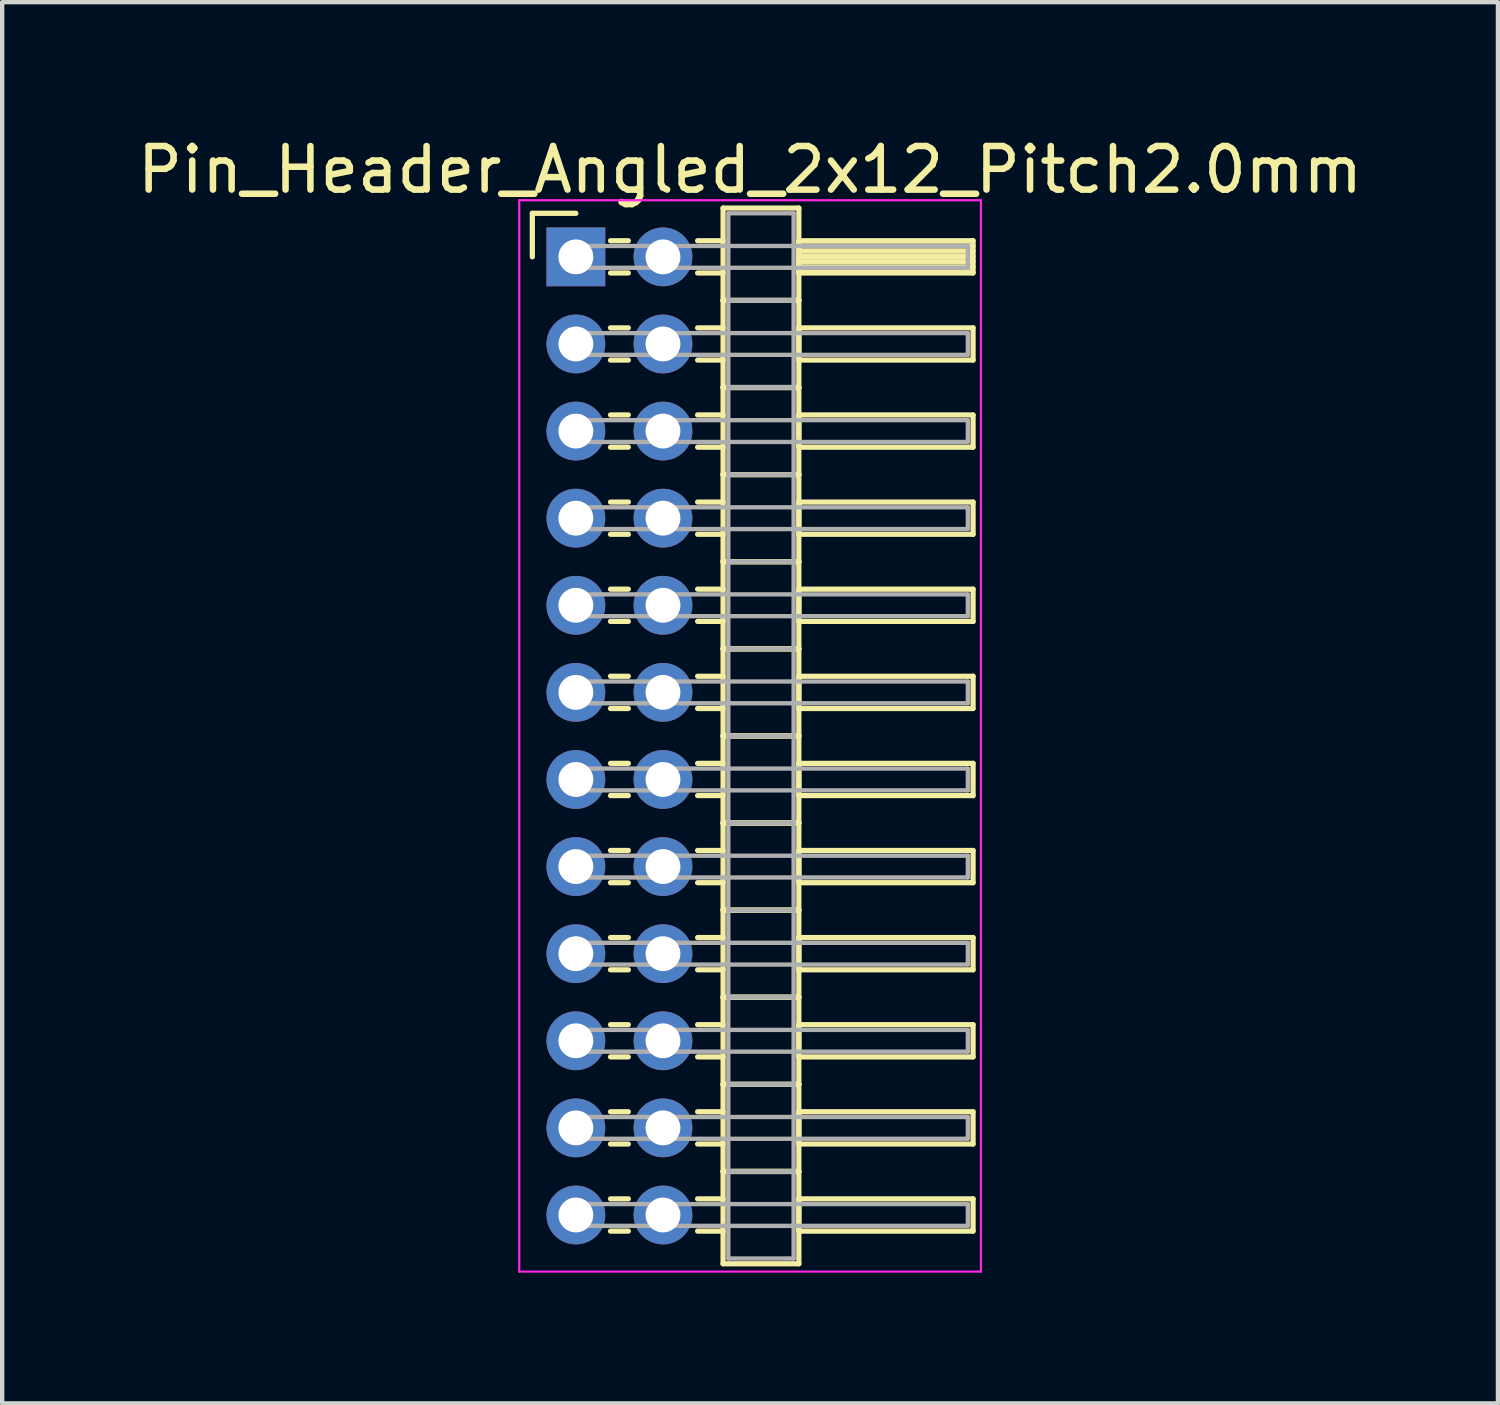
<source format=kicad_pcb>
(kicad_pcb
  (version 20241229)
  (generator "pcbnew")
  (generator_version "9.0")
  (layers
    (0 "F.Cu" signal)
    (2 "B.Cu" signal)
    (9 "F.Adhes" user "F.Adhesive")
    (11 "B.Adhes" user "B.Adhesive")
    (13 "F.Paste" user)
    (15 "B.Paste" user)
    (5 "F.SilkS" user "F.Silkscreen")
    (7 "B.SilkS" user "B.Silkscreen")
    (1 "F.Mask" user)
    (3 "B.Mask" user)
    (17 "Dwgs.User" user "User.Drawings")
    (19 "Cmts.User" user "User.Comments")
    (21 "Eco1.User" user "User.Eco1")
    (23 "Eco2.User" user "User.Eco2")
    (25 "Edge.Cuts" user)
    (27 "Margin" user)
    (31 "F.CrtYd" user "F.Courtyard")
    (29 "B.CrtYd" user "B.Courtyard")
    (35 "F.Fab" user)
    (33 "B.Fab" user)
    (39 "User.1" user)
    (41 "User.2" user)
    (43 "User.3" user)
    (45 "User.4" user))
  (footprint "Pin_Header_Angled_2x12_Pitch2.0mm"
    (layer "F.Cu")
    (at 10.173 2.848)
    (property "Reference" "Pin_Header_Angled_2x12_Pitch2.0mm" (at 4 -2 0) (layer "F.SilkS") (effects (font (size 1 1) (thickness 0.15))))
    (attr through_hole)
    (fp_line (start -1 -1) (end 0 -1) (stroke (width 0.12) (type solid)) (layer "F.SilkS"))
    (fp_line (start -1 0) (end -1 -1) (stroke (width 0.12) (type solid)) (layer "F.SilkS"))
    (fp_line (start 0.795 -0.37) (end 1.205 -0.37) (stroke (width 0.12) (type solid)) (layer "F.SilkS"))
    (fp_line (start 0.795 0.37) (end 1.205 0.37) (stroke (width 0.12) (type solid)) (layer "F.SilkS"))
    (fp_line (start 0.795 1.63) (end 1.205 1.63) (stroke (width 0.12) (type solid)) (layer "F.SilkS"))
    (fp_line (start 0.795 2.37) (end 1.205 2.37) (stroke (width 0.12) (type solid)) (layer "F.SilkS"))
    (fp_line (start 0.795 3.63) (end 1.205 3.63) (stroke (width 0.12) (type solid)) (layer "F.SilkS"))
    (fp_line (start 0.795 4.37) (end 1.205 4.37) (stroke (width 0.12) (type solid)) (layer "F.SilkS"))
    (fp_line (start 0.795 5.63) (end 1.205 5.63) (stroke (width 0.12) (type solid)) (layer "F.SilkS"))
    (fp_line (start 0.795 6.37) (end 1.205 6.37) (stroke (width 0.12) (type solid)) (layer "F.SilkS"))
    (fp_line (start 0.795 7.63) (end 1.205 7.63) (stroke (width 0.12) (type solid)) (layer "F.SilkS"))
    (fp_line (start 0.795 8.37) (end 1.205 8.37) (stroke (width 0.12) (type solid)) (layer "F.SilkS"))
    (fp_line (start 0.795 9.63) (end 1.205 9.63) (stroke (width 0.12) (type solid)) (layer "F.SilkS"))
    (fp_line (start 0.795 10.37) (end 1.205 10.37) (stroke (width 0.12) (type solid)) (layer "F.SilkS"))
    (fp_line (start 0.795 11.63) (end 1.205 11.63) (stroke (width 0.12) (type solid)) (layer "F.SilkS"))
    (fp_line (start 0.795 12.37) (end 1.205 12.37) (stroke (width 0.12) (type solid)) (layer "F.SilkS"))
    (fp_line (start 0.795 13.63) (end 1.205 13.63) (stroke (width 0.12) (type solid)) (layer "F.SilkS"))
    (fp_line (start 0.795 14.37) (end 1.205 14.37) (stroke (width 0.12) (type solid)) (layer "F.SilkS"))
    (fp_line (start 0.795 15.63) (end 1.205 15.63) (stroke (width 0.12) (type solid)) (layer "F.SilkS"))
    (fp_line (start 0.795 16.37) (end 1.205 16.37) (stroke (width 0.12) (type solid)) (layer "F.SilkS"))
    (fp_line (start 0.795 17.63) (end 1.205 17.63) (stroke (width 0.12) (type solid)) (layer "F.SilkS"))
    (fp_line (start 0.795 18.37) (end 1.205 18.37) (stroke (width 0.12) (type solid)) (layer "F.SilkS"))
    (fp_line (start 0.795 19.63) (end 1.205 19.63) (stroke (width 0.12) (type solid)) (layer "F.SilkS"))
    (fp_line (start 0.795 20.37) (end 1.205 20.37) (stroke (width 0.12) (type solid)) (layer "F.SilkS"))
    (fp_line (start 0.795 21.63) (end 1.205 21.63) (stroke (width 0.12) (type solid)) (layer "F.SilkS"))
    (fp_line (start 0.795 22.37) (end 1.205 22.37) (stroke (width 0.12) (type solid)) (layer "F.SilkS"))
    (fp_line (start 2.795 -0.37) (end 3.38 -0.37) (stroke (width 0.12) (type solid)) (layer "F.SilkS"))
    (fp_line (start 2.795 0.37) (end 3.38 0.37) (stroke (width 0.12) (type solid)) (layer "F.SilkS"))
    (fp_line (start 2.795 1.63) (end 3.38 1.63) (stroke (width 0.12) (type solid)) (layer "F.SilkS"))
    (fp_line (start 2.795 2.37) (end 3.38 2.37) (stroke (width 0.12) (type solid)) (layer "F.SilkS"))
    (fp_line (start 2.795 3.63) (end 3.38 3.63) (stroke (width 0.12) (type solid)) (layer "F.SilkS"))
    (fp_line (start 2.795 4.37) (end 3.38 4.37) (stroke (width 0.12) (type solid)) (layer "F.SilkS"))
    (fp_line (start 2.795 5.63) (end 3.38 5.63) (stroke (width 0.12) (type solid)) (layer "F.SilkS"))
    (fp_line (start 2.795 6.37) (end 3.38 6.37) (stroke (width 0.12) (type solid)) (layer "F.SilkS"))
    (fp_line (start 2.795 7.63) (end 3.38 7.63) (stroke (width 0.12) (type solid)) (layer "F.SilkS"))
    (fp_line (start 2.795 8.37) (end 3.38 8.37) (stroke (width 0.12) (type solid)) (layer "F.SilkS"))
    (fp_line (start 2.795 9.63) (end 3.38 9.63) (stroke (width 0.12) (type solid)) (layer "F.SilkS"))
    (fp_line (start 2.795 10.37) (end 3.38 10.37) (stroke (width 0.12) (type solid)) (layer "F.SilkS"))
    (fp_line (start 2.795 11.63) (end 3.38 11.63) (stroke (width 0.12) (type solid)) (layer "F.SilkS"))
    (fp_line (start 2.795 12.37) (end 3.38 12.37) (stroke (width 0.12) (type solid)) (layer "F.SilkS"))
    (fp_line (start 2.795 13.63) (end 3.38 13.63) (stroke (width 0.12) (type solid)) (layer "F.SilkS"))
    (fp_line (start 2.795 14.37) (end 3.38 14.37) (stroke (width 0.12) (type solid)) (layer "F.SilkS"))
    (fp_line (start 2.795 15.63) (end 3.38 15.63) (stroke (width 0.12) (type solid)) (layer "F.SilkS"))
    (fp_line (start 2.795 16.37) (end 3.38 16.37) (stroke (width 0.12) (type solid)) (layer "F.SilkS"))
    (fp_line (start 2.795 17.63) (end 3.38 17.63) (stroke (width 0.12) (type solid)) (layer "F.SilkS"))
    (fp_line (start 2.795 18.37) (end 3.38 18.37) (stroke (width 0.12) (type solid)) (layer "F.SilkS"))
    (fp_line (start 2.795 19.63) (end 3.38 19.63) (stroke (width 0.12) (type solid)) (layer "F.SilkS"))
    (fp_line (start 2.795 20.37) (end 3.38 20.37) (stroke (width 0.12) (type solid)) (layer "F.SilkS"))
    (fp_line (start 2.795 21.63) (end 3.38 21.63) (stroke (width 0.12) (type solid)) (layer "F.SilkS"))
    (fp_line (start 2.795 22.37) (end 3.38 22.37) (stroke (width 0.12) (type solid)) (layer "F.SilkS"))
    (fp_line (start 3.38 -1.12) (end 3.38 1) (stroke (width 0.12) (type solid)) (layer "F.SilkS"))
    (fp_line (start 3.38 1) (end 3.38 3) (stroke (width 0.12) (type solid)) (layer "F.SilkS"))
    (fp_line (start 3.38 1) (end 5.12 1) (stroke (width 0.12) (type solid)) (layer "F.SilkS"))
    (fp_line (start 3.38 3) (end 3.38 5) (stroke (width 0.12) (type solid)) (layer "F.SilkS"))
    (fp_line (start 3.38 3) (end 5.12 3) (stroke (width 0.12) (type solid)) (layer "F.SilkS"))
    (fp_line (start 3.38 5) (end 3.38 7) (stroke (width 0.12) (type solid)) (layer "F.SilkS"))
    (fp_line (start 3.38 5) (end 5.12 5) (stroke (width 0.12) (type solid)) (layer "F.SilkS"))
    (fp_line (start 3.38 7) (end 3.38 9) (stroke (width 0.12) (type solid)) (layer "F.SilkS"))
    (fp_line (start 3.38 7) (end 5.12 7) (stroke (width 0.12) (type solid)) (layer "F.SilkS"))
    (fp_line (start 3.38 9) (end 3.38 11) (stroke (width 0.12) (type solid)) (layer "F.SilkS"))
    (fp_line (start 3.38 9) (end 5.12 9) (stroke (width 0.12) (type solid)) (layer "F.SilkS"))
    (fp_line (start 3.38 11) (end 3.38 13) (stroke (width 0.12) (type solid)) (layer "F.SilkS"))
    (fp_line (start 3.38 11) (end 5.12 11) (stroke (width 0.12) (type solid)) (layer "F.SilkS"))
    (fp_line (start 3.38 13) (end 3.38 15) (stroke (width 0.12) (type solid)) (layer "F.SilkS"))
    (fp_line (start 3.38 13) (end 5.12 13) (stroke (width 0.12) (type solid)) (layer "F.SilkS"))
    (fp_line (start 3.38 15) (end 3.38 17) (stroke (width 0.12) (type solid)) (layer "F.SilkS"))
    (fp_line (start 3.38 15) (end 5.12 15) (stroke (width 0.12) (type solid)) (layer "F.SilkS"))
    (fp_line (start 3.38 17) (end 3.38 19) (stroke (width 0.12) (type solid)) (layer "F.SilkS"))
    (fp_line (start 3.38 17) (end 5.12 17) (stroke (width 0.12) (type solid)) (layer "F.SilkS"))
    (fp_line (start 3.38 19) (end 3.38 21) (stroke (width 0.12) (type solid)) (layer "F.SilkS"))
    (fp_line (start 3.38 19) (end 5.12 19) (stroke (width 0.12) (type solid)) (layer "F.SilkS"))
    (fp_line (start 3.38 21) (end 3.38 23.12) (stroke (width 0.12) (type solid)) (layer "F.SilkS"))
    (fp_line (start 3.38 21) (end 5.12 21) (stroke (width 0.12) (type solid)) (layer "F.SilkS"))
    (fp_line (start 3.38 23.12) (end 5.12 23.12) (stroke (width 0.12) (type solid)) (layer "F.SilkS"))
    (fp_line (start 5.12 -1.12) (end 3.38 -1.12) (stroke (width 0.12) (type solid)) (layer "F.SilkS"))
    (fp_line (start 5.12 -0.37) (end 5.12 0.37) (stroke (width 0.12) (type solid)) (layer "F.SilkS"))
    (fp_line (start 5.12 -0.25) (end 9.12 -0.25) (stroke (width 0.12) (type solid)) (layer "F.SilkS"))
    (fp_line (start 5.12 -0.13) (end 9.12 -0.13) (stroke (width 0.12) (type solid)) (layer "F.SilkS"))
    (fp_line (start 5.12 -0.01) (end 9.12 -0.01) (stroke (width 0.12) (type solid)) (layer "F.SilkS"))
    (fp_line (start 5.12 0.11) (end 9.12 0.11) (stroke (width 0.12) (type solid)) (layer "F.SilkS"))
    (fp_line (start 5.12 0.23) (end 9.12 0.23) (stroke (width 0.12) (type solid)) (layer "F.SilkS"))
    (fp_line (start 5.12 0.35) (end 9.12 0.35) (stroke (width 0.12) (type solid)) (layer "F.SilkS"))
    (fp_line (start 5.12 0.37) (end 9.12 0.37) (stroke (width 0.12) (type solid)) (layer "F.SilkS"))
    (fp_line (start 5.12 1) (end 3.38 1) (stroke (width 0.12) (type solid)) (layer "F.SilkS"))
    (fp_line (start 5.12 1) (end 5.12 -1.12) (stroke (width 0.12) (type solid)) (layer "F.SilkS"))
    (fp_line (start 5.12 1.63) (end 5.12 2.37) (stroke (width 0.12) (type solid)) (layer "F.SilkS"))
    (fp_line (start 5.12 2.37) (end 9.12 2.37) (stroke (width 0.12) (type solid)) (layer "F.SilkS"))
    (fp_line (start 5.12 3) (end 3.38 3) (stroke (width 0.12) (type solid)) (layer "F.SilkS"))
    (fp_line (start 5.12 3) (end 5.12 1) (stroke (width 0.12) (type solid)) (layer "F.SilkS"))
    (fp_line (start 5.12 3.63) (end 5.12 4.37) (stroke (width 0.12) (type solid)) (layer "F.SilkS"))
    (fp_line (start 5.12 4.37) (end 9.12 4.37) (stroke (width 0.12) (type solid)) (layer "F.SilkS"))
    (fp_line (start 5.12 5) (end 3.38 5) (stroke (width 0.12) (type solid)) (layer "F.SilkS"))
    (fp_line (start 5.12 5) (end 5.12 3) (stroke (width 0.12) (type solid)) (layer "F.SilkS"))
    (fp_line (start 5.12 5.63) (end 5.12 6.37) (stroke (width 0.12) (type solid)) (layer "F.SilkS"))
    (fp_line (start 5.12 6.37) (end 9.12 6.37) (stroke (width 0.12) (type solid)) (layer "F.SilkS"))
    (fp_line (start 5.12 7) (end 3.38 7) (stroke (width 0.12) (type solid)) (layer "F.SilkS"))
    (fp_line (start 5.12 7) (end 5.12 5) (stroke (width 0.12) (type solid)) (layer "F.SilkS"))
    (fp_line (start 5.12 7.63) (end 5.12 8.37) (stroke (width 0.12) (type solid)) (layer "F.SilkS"))
    (fp_line (start 5.12 8.37) (end 9.12 8.37) (stroke (width 0.12) (type solid)) (layer "F.SilkS"))
    (fp_line (start 5.12 9) (end 3.38 9) (stroke (width 0.12) (type solid)) (layer "F.SilkS"))
    (fp_line (start 5.12 9) (end 5.12 7) (stroke (width 0.12) (type solid)) (layer "F.SilkS"))
    (fp_line (start 5.12 9.63) (end 5.12 10.37) (stroke (width 0.12) (type solid)) (layer "F.SilkS"))
    (fp_line (start 5.12 10.37) (end 9.12 10.37) (stroke (width 0.12) (type solid)) (layer "F.SilkS"))
    (fp_line (start 5.12 11) (end 3.38 11) (stroke (width 0.12) (type solid)) (layer "F.SilkS"))
    (fp_line (start 5.12 11) (end 5.12 9) (stroke (width 0.12) (type solid)) (layer "F.SilkS"))
    (fp_line (start 5.12 11.63) (end 5.12 12.37) (stroke (width 0.12) (type solid)) (layer "F.SilkS"))
    (fp_line (start 5.12 12.37) (end 9.12 12.37) (stroke (width 0.12) (type solid)) (layer "F.SilkS"))
    (fp_line (start 5.12 13) (end 3.38 13) (stroke (width 0.12) (type solid)) (layer "F.SilkS"))
    (fp_line (start 5.12 13) (end 5.12 11) (stroke (width 0.12) (type solid)) (layer "F.SilkS"))
    (fp_line (start 5.12 13.63) (end 5.12 14.37) (stroke (width 0.12) (type solid)) (layer "F.SilkS"))
    (fp_line (start 5.12 14.37) (end 9.12 14.37) (stroke (width 0.12) (type solid)) (layer "F.SilkS"))
    (fp_line (start 5.12 15) (end 3.38 15) (stroke (width 0.12) (type solid)) (layer "F.SilkS"))
    (fp_line (start 5.12 15) (end 5.12 13) (stroke (width 0.12) (type solid)) (layer "F.SilkS"))
    (fp_line (start 5.12 15.63) (end 5.12 16.37) (stroke (width 0.12) (type solid)) (layer "F.SilkS"))
    (fp_line (start 5.12 16.37) (end 9.12 16.37) (stroke (width 0.12) (type solid)) (layer "F.SilkS"))
    (fp_line (start 5.12 17) (end 3.38 17) (stroke (width 0.12) (type solid)) (layer "F.SilkS"))
    (fp_line (start 5.12 17) (end 5.12 15) (stroke (width 0.12) (type solid)) (layer "F.SilkS"))
    (fp_line (start 5.12 17.63) (end 5.12 18.37) (stroke (width 0.12) (type solid)) (layer "F.SilkS"))
    (fp_line (start 5.12 18.37) (end 9.12 18.37) (stroke (width 0.12) (type solid)) (layer "F.SilkS"))
    (fp_line (start 5.12 19) (end 3.38 19) (stroke (width 0.12) (type solid)) (layer "F.SilkS"))
    (fp_line (start 5.12 19) (end 5.12 17) (stroke (width 0.12) (type solid)) (layer "F.SilkS"))
    (fp_line (start 5.12 19.63) (end 5.12 20.37) (stroke (width 0.12) (type solid)) (layer "F.SilkS"))
    (fp_line (start 5.12 20.37) (end 9.12 20.37) (stroke (width 0.12) (type solid)) (layer "F.SilkS"))
    (fp_line (start 5.12 21) (end 3.38 21) (stroke (width 0.12) (type solid)) (layer "F.SilkS"))
    (fp_line (start 5.12 21) (end 5.12 19) (stroke (width 0.12) (type solid)) (layer "F.SilkS"))
    (fp_line (start 5.12 21.63) (end 5.12 22.37) (stroke (width 0.12) (type solid)) (layer "F.SilkS"))
    (fp_line (start 5.12 22.37) (end 9.12 22.37) (stroke (width 0.12) (type solid)) (layer "F.SilkS"))
    (fp_line (start 5.12 23.12) (end 5.12 21) (stroke (width 0.12) (type solid)) (layer "F.SilkS"))
    (fp_line (start 9.12 -0.37) (end 5.12 -0.37) (stroke (width 0.12) (type solid)) (layer "F.SilkS"))
    (fp_line (start 9.12 0.37) (end 9.12 -0.37) (stroke (width 0.12) (type solid)) (layer "F.SilkS"))
    (fp_line (start 9.12 1.63) (end 5.12 1.63) (stroke (width 0.12) (type solid)) (layer "F.SilkS"))
    (fp_line (start 9.12 2.37) (end 9.12 1.63) (stroke (width 0.12) (type solid)) (layer "F.SilkS"))
    (fp_line (start 9.12 3.63) (end 5.12 3.63) (stroke (width 0.12) (type solid)) (layer "F.SilkS"))
    (fp_line (start 9.12 4.37) (end 9.12 3.63) (stroke (width 0.12) (type solid)) (layer "F.SilkS"))
    (fp_line (start 9.12 5.63) (end 5.12 5.63) (stroke (width 0.12) (type solid)) (layer "F.SilkS"))
    (fp_line (start 9.12 6.37) (end 9.12 5.63) (stroke (width 0.12) (type solid)) (layer "F.SilkS"))
    (fp_line (start 9.12 7.63) (end 5.12 7.63) (stroke (width 0.12) (type solid)) (layer "F.SilkS"))
    (fp_line (start 9.12 8.37) (end 9.12 7.63) (stroke (width 0.12) (type solid)) (layer "F.SilkS"))
    (fp_line (start 9.12 9.63) (end 5.12 9.63) (stroke (width 0.12) (type solid)) (layer "F.SilkS"))
    (fp_line (start 9.12 10.37) (end 9.12 9.63) (stroke (width 0.12) (type solid)) (layer "F.SilkS"))
    (fp_line (start 9.12 11.63) (end 5.12 11.63) (stroke (width 0.12) (type solid)) (layer "F.SilkS"))
    (fp_line (start 9.12 12.37) (end 9.12 11.63) (stroke (width 0.12) (type solid)) (layer "F.SilkS"))
    (fp_line (start 9.12 13.63) (end 5.12 13.63) (stroke (width 0.12) (type solid)) (layer "F.SilkS"))
    (fp_line (start 9.12 14.37) (end 9.12 13.63) (stroke (width 0.12) (type solid)) (layer "F.SilkS"))
    (fp_line (start 9.12 15.63) (end 5.12 15.63) (stroke (width 0.12) (type solid)) (layer "F.SilkS"))
    (fp_line (start 9.12 16.37) (end 9.12 15.63) (stroke (width 0.12) (type solid)) (layer "F.SilkS"))
    (fp_line (start 9.12 17.63) (end 5.12 17.63) (stroke (width 0.12) (type solid)) (layer "F.SilkS"))
    (fp_line (start 9.12 18.37) (end 9.12 17.63) (stroke (width 0.12) (type solid)) (layer "F.SilkS"))
    (fp_line (start 9.12 19.63) (end 5.12 19.63) (stroke (width 0.12) (type solid)) (layer "F.SilkS"))
    (fp_line (start 9.12 20.37) (end 9.12 19.63) (stroke (width 0.12) (type solid)) (layer "F.SilkS"))
    (fp_line (start 9.12 21.63) (end 5.12 21.63) (stroke (width 0.12) (type solid)) (layer "F.SilkS"))
    (fp_line (start 9.12 22.37) (end 9.12 21.63) (stroke (width 0.12) (type solid)) (layer "F.SilkS"))
    (fp_line (start -1.3 -1.3) (end -1.3 23.3) (stroke (width 0.05) (type solid)) (layer "F.CrtYd"))
    (fp_line (start -1.3 23.3) (end 9.3 23.3) (stroke (width 0.05) (type solid)) (layer "F.CrtYd"))
    (fp_line (start 9.3 -1.3) (end -1.3 -1.3) (stroke (width 0.05) (type solid)) (layer "F.CrtYd"))
    (fp_line (start 9.3 23.3) (end 9.3 -1.3) (stroke (width 0.05) (type solid)) (layer "F.CrtYd"))
    (fp_line (start 0 -0.25) (end 0 0.25) (stroke (width 0.1) (type solid)) (layer "F.Fab"))
    (fp_line (start 0 0.25) (end 9 0.25) (stroke (width 0.1) (type solid)) (layer "F.Fab"))
    (fp_line (start 0 1.75) (end 0 2.25) (stroke (width 0.1) (type solid)) (layer "F.Fab"))
    (fp_line (start 0 2.25) (end 9 2.25) (stroke (width 0.1) (type solid)) (layer "F.Fab"))
    (fp_line (start 0 3.75) (end 0 4.25) (stroke (width 0.1) (type solid)) (layer "F.Fab"))
    (fp_line (start 0 4.25) (end 9 4.25) (stroke (width 0.1) (type solid)) (layer "F.Fab"))
    (fp_line (start 0 5.75) (end 0 6.25) (stroke (width 0.1) (type solid)) (layer "F.Fab"))
    (fp_line (start 0 6.25) (end 9 6.25) (stroke (width 0.1) (type solid)) (layer "F.Fab"))
    (fp_line (start 0 7.75) (end 0 8.25) (stroke (width 0.1) (type solid)) (layer "F.Fab"))
    (fp_line (start 0 8.25) (end 9 8.25) (stroke (width 0.1) (type solid)) (layer "F.Fab"))
    (fp_line (start 0 9.75) (end 0 10.25) (stroke (width 0.1) (type solid)) (layer "F.Fab"))
    (fp_line (start 0 10.25) (end 9 10.25) (stroke (width 0.1) (type solid)) (layer "F.Fab"))
    (fp_line (start 0 11.75) (end 0 12.25) (stroke (width 0.1) (type solid)) (layer "F.Fab"))
    (fp_line (start 0 12.25) (end 9 12.25) (stroke (width 0.1) (type solid)) (layer "F.Fab"))
    (fp_line (start 0 13.75) (end 0 14.25) (stroke (width 0.1) (type solid)) (layer "F.Fab"))
    (fp_line (start 0 14.25) (end 9 14.25) (stroke (width 0.1) (type solid)) (layer "F.Fab"))
    (fp_line (start 0 15.75) (end 0 16.25) (stroke (width 0.1) (type solid)) (layer "F.Fab"))
    (fp_line (start 0 16.25) (end 9 16.25) (stroke (width 0.1) (type solid)) (layer "F.Fab"))
    (fp_line (start 0 17.75) (end 0 18.25) (stroke (width 0.1) (type solid)) (layer "F.Fab"))
    (fp_line (start 0 18.25) (end 9 18.25) (stroke (width 0.1) (type solid)) (layer "F.Fab"))
    (fp_line (start 0 19.75) (end 0 20.25) (stroke (width 0.1) (type solid)) (layer "F.Fab"))
    (fp_line (start 0 20.25) (end 9 20.25) (stroke (width 0.1) (type solid)) (layer "F.Fab"))
    (fp_line (start 0 21.75) (end 0 22.25) (stroke (width 0.1) (type solid)) (layer "F.Fab"))
    (fp_line (start 0 22.25) (end 9 22.25) (stroke (width 0.1) (type solid)) (layer "F.Fab"))
    (fp_line (start 3.5 -1) (end 3.5 1) (stroke (width 0.1) (type solid)) (layer "F.Fab"))
    (fp_line (start 3.5 1) (end 3.5 3) (stroke (width 0.1) (type solid)) (layer "F.Fab"))
    (fp_line (start 3.5 1) (end 5 1) (stroke (width 0.1) (type solid)) (layer "F.Fab"))
    (fp_line (start 3.5 3) (end 3.5 5) (stroke (width 0.1) (type solid)) (layer "F.Fab"))
    (fp_line (start 3.5 3) (end 5 3) (stroke (width 0.1) (type solid)) (layer "F.Fab"))
    (fp_line (start 3.5 5) (end 3.5 7) (stroke (width 0.1) (type solid)) (layer "F.Fab"))
    (fp_line (start 3.5 5) (end 5 5) (stroke (width 0.1) (type solid)) (layer "F.Fab"))
    (fp_line (start 3.5 7) (end 3.5 9) (stroke (width 0.1) (type solid)) (layer "F.Fab"))
    (fp_line (start 3.5 7) (end 5 7) (stroke (width 0.1) (type solid)) (layer "F.Fab"))
    (fp_line (start 3.5 9) (end 3.5 11) (stroke (width 0.1) (type solid)) (layer "F.Fab"))
    (fp_line (start 3.5 9) (end 5 9) (stroke (width 0.1) (type solid)) (layer "F.Fab"))
    (fp_line (start 3.5 11) (end 3.5 13) (stroke (width 0.1) (type solid)) (layer "F.Fab"))
    (fp_line (start 3.5 11) (end 5 11) (stroke (width 0.1) (type solid)) (layer "F.Fab"))
    (fp_line (start 3.5 13) (end 3.5 15) (stroke (width 0.1) (type solid)) (layer "F.Fab"))
    (fp_line (start 3.5 13) (end 5 13) (stroke (width 0.1) (type solid)) (layer "F.Fab"))
    (fp_line (start 3.5 15) (end 3.5 17) (stroke (width 0.1) (type solid)) (layer "F.Fab"))
    (fp_line (start 3.5 15) (end 5 15) (stroke (width 0.1) (type solid)) (layer "F.Fab"))
    (fp_line (start 3.5 17) (end 3.5 19) (stroke (width 0.1) (type solid)) (layer "F.Fab"))
    (fp_line (start 3.5 17) (end 5 17) (stroke (width 0.1) (type solid)) (layer "F.Fab"))
    (fp_line (start 3.5 19) (end 3.5 21) (stroke (width 0.1) (type solid)) (layer "F.Fab"))
    (fp_line (start 3.5 19) (end 5 19) (stroke (width 0.1) (type solid)) (layer "F.Fab"))
    (fp_line (start 3.5 21) (end 3.5 23) (stroke (width 0.1) (type solid)) (layer "F.Fab"))
    (fp_line (start 3.5 21) (end 5 21) (stroke (width 0.1) (type solid)) (layer "F.Fab"))
    (fp_line (start 3.5 23) (end 5 23) (stroke (width 0.1) (type solid)) (layer "F.Fab"))
    (fp_line (start 5 -1) (end 3.5 -1) (stroke (width 0.1) (type solid)) (layer "F.Fab"))
    (fp_line (start 5 1) (end 3.5 1) (stroke (width 0.1) (type solid)) (layer "F.Fab"))
    (fp_line (start 5 1) (end 5 -1) (stroke (width 0.1) (type solid)) (layer "F.Fab"))
    (fp_line (start 5 3) (end 3.5 3) (stroke (width 0.1) (type solid)) (layer "F.Fab"))
    (fp_line (start 5 3) (end 5 1) (stroke (width 0.1) (type solid)) (layer "F.Fab"))
    (fp_line (start 5 5) (end 3.5 5) (stroke (width 0.1) (type solid)) (layer "F.Fab"))
    (fp_line (start 5 5) (end 5 3) (stroke (width 0.1) (type solid)) (layer "F.Fab"))
    (fp_line (start 5 7) (end 3.5 7) (stroke (width 0.1) (type solid)) (layer "F.Fab"))
    (fp_line (start 5 7) (end 5 5) (stroke (width 0.1) (type solid)) (layer "F.Fab"))
    (fp_line (start 5 9) (end 3.5 9) (stroke (width 0.1) (type solid)) (layer "F.Fab"))
    (fp_line (start 5 9) (end 5 7) (stroke (width 0.1) (type solid)) (layer "F.Fab"))
    (fp_line (start 5 11) (end 3.5 11) (stroke (width 0.1) (type solid)) (layer "F.Fab"))
    (fp_line (start 5 11) (end 5 9) (stroke (width 0.1) (type solid)) (layer "F.Fab"))
    (fp_line (start 5 13) (end 3.5 13) (stroke (width 0.1) (type solid)) (layer "F.Fab"))
    (fp_line (start 5 13) (end 5 11) (stroke (width 0.1) (type solid)) (layer "F.Fab"))
    (fp_line (start 5 15) (end 3.5 15) (stroke (width 0.1) (type solid)) (layer "F.Fab"))
    (fp_line (start 5 15) (end 5 13) (stroke (width 0.1) (type solid)) (layer "F.Fab"))
    (fp_line (start 5 17) (end 3.5 17) (stroke (width 0.1) (type solid)) (layer "F.Fab"))
    (fp_line (start 5 17) (end 5 15) (stroke (width 0.1) (type solid)) (layer "F.Fab"))
    (fp_line (start 5 19) (end 3.5 19) (stroke (width 0.1) (type solid)) (layer "F.Fab"))
    (fp_line (start 5 19) (end 5 17) (stroke (width 0.1) (type solid)) (layer "F.Fab"))
    (fp_line (start 5 21) (end 3.5 21) (stroke (width 0.1) (type solid)) (layer "F.Fab"))
    (fp_line (start 5 21) (end 5 19) (stroke (width 0.1) (type solid)) (layer "F.Fab"))
    (fp_line (start 5 23) (end 5 21) (stroke (width 0.1) (type solid)) (layer "F.Fab"))
    (fp_line (start 9 -0.25) (end 0 -0.25) (stroke (width 0.1) (type solid)) (layer "F.Fab"))
    (fp_line (start 9 0.25) (end 9 -0.25) (stroke (width 0.1) (type solid)) (layer "F.Fab"))
    (fp_line (start 9 1.75) (end 0 1.75) (stroke (width 0.1) (type solid)) (layer "F.Fab"))
    (fp_line (start 9 2.25) (end 9 1.75) (stroke (width 0.1) (type solid)) (layer "F.Fab"))
    (fp_line (start 9 3.75) (end 0 3.75) (stroke (width 0.1) (type solid)) (layer "F.Fab"))
    (fp_line (start 9 4.25) (end 9 3.75) (stroke (width 0.1) (type solid)) (layer "F.Fab"))
    (fp_line (start 9 5.75) (end 0 5.75) (stroke (width 0.1) (type solid)) (layer "F.Fab"))
    (fp_line (start 9 6.25) (end 9 5.75) (stroke (width 0.1) (type solid)) (layer "F.Fab"))
    (fp_line (start 9 7.75) (end 0 7.75) (stroke (width 0.1) (type solid)) (layer "F.Fab"))
    (fp_line (start 9 8.25) (end 9 7.75) (stroke (width 0.1) (type solid)) (layer "F.Fab"))
    (fp_line (start 9 9.75) (end 0 9.75) (stroke (width 0.1) (type solid)) (layer "F.Fab"))
    (fp_line (start 9 10.25) (end 9 9.75) (stroke (width 0.1) (type solid)) (layer "F.Fab"))
    (fp_line (start 9 11.75) (end 0 11.75) (stroke (width 0.1) (type solid)) (layer "F.Fab"))
    (fp_line (start 9 12.25) (end 9 11.75) (stroke (width 0.1) (type solid)) (layer "F.Fab"))
    (fp_line (start 9 13.75) (end 0 13.75) (stroke (width 0.1) (type solid)) (layer "F.Fab"))
    (fp_line (start 9 14.25) (end 9 13.75) (stroke (width 0.1) (type solid)) (layer "F.Fab"))
    (fp_line (start 9 15.75) (end 0 15.75) (stroke (width 0.1) (type solid)) (layer "F.Fab"))
    (fp_line (start 9 16.25) (end 9 15.75) (stroke (width 0.1) (type solid)) (layer "F.Fab"))
    (fp_line (start 9 17.75) (end 0 17.75) (stroke (width 0.1) (type solid)) (layer "F.Fab"))
    (fp_line (start 9 18.25) (end 9 17.75) (stroke (width 0.1) (type solid)) (layer "F.Fab"))
    (fp_line (start 9 19.75) (end 0 19.75) (stroke (width 0.1) (type solid)) (layer "F.Fab"))
    (fp_line (start 9 20.25) (end 9 19.75) (stroke (width 0.1) (type solid)) (layer "F.Fab"))
    (fp_line (start 9 21.75) (end 0 21.75) (stroke (width 0.1) (type solid)) (layer "F.Fab"))
    (fp_line (start 9 22.25) (end 9 21.75) (stroke (width 0.1) (type solid)) (layer "F.Fab"))
    (pad "1" thru_hole rect (at 0 0) (size 1.35 1.35) (drill 0.8) (layers "*.Cu" "*.Mask"))
    (pad "2" thru_hole oval (at 2 0) (size 1.35 1.35) (drill 0.8) (layers "*.Cu" "*.Mask"))
    (pad "3" thru_hole oval (at 0 2) (size 1.35 1.35) (drill 0.8) (layers "*.Cu" "*.Mask"))
    (pad "4" thru_hole oval (at 2 2) (size 1.35 1.35) (drill 0.8) (layers "*.Cu" "*.Mask"))
    (pad "5" thru_hole oval (at 0 4) (size 1.35 1.35) (drill 0.8) (layers "*.Cu" "*.Mask"))
    (pad "6" thru_hole oval (at 2 4) (size 1.35 1.35) (drill 0.8) (layers "*.Cu" "*.Mask"))
    (pad "7" thru_hole oval (at 0 6) (size 1.35 1.35) (drill 0.8) (layers "*.Cu" "*.Mask"))
    (pad "8" thru_hole oval (at 2 6) (size 1.35 1.35) (drill 0.8) (layers "*.Cu" "*.Mask"))
    (pad "9" thru_hole oval (at 0 8) (size 1.35 1.35) (drill 0.8) (layers "*.Cu" "*.Mask"))
    (pad "10" thru_hole oval (at 2 8) (size 1.35 1.35) (drill 0.8) (layers "*.Cu" "*.Mask"))
    (pad "11" thru_hole oval (at 0 10) (size 1.35 1.35) (drill 0.8) (layers "*.Cu" "*.Mask"))
    (pad "12" thru_hole oval (at 2 10) (size 1.35 1.35) (drill 0.8) (layers "*.Cu" "*.Mask"))
    (pad "13" thru_hole oval (at 0 12) (size 1.35 1.35) (drill 0.8) (layers "*.Cu" "*.Mask"))
    (pad "14" thru_hole oval (at 2 12) (size 1.35 1.35) (drill 0.8) (layers "*.Cu" "*.Mask"))
    (pad "15" thru_hole oval (at 0 14) (size 1.35 1.35) (drill 0.8) (layers "*.Cu" "*.Mask"))
    (pad "16" thru_hole oval (at 2 14) (size 1.35 1.35) (drill 0.8) (layers "*.Cu" "*.Mask"))
    (pad "17" thru_hole oval (at 0 16) (size 1.35 1.35) (drill 0.8) (layers "*.Cu" "*.Mask"))
    (pad "18" thru_hole oval (at 2 16) (size 1.35 1.35) (drill 0.8) (layers "*.Cu" "*.Mask"))
    (pad "19" thru_hole oval (at 0 18) (size 1.35 1.35) (drill 0.8) (layers "*.Cu" "*.Mask"))
    (pad "20" thru_hole oval (at 2 18) (size 1.35 1.35) (drill 0.8) (layers "*.Cu" "*.Mask"))
    (pad "21" thru_hole oval (at 0 20) (size 1.35 1.35) (drill 0.8) (layers "*.Cu" "*.Mask"))
    (pad "22" thru_hole oval (at 2 20) (size 1.35 1.35) (drill 0.8) (layers "*.Cu" "*.Mask"))
    (pad "23" thru_hole oval (at 0 22) (size 1.35 1.35) (drill 0.8) (layers "*.Cu" "*.Mask"))
    (pad "24" thru_hole oval (at 2 22) (size 1.35 1.35) (drill 0.8) (layers "*.Cu" "*.Mask")))
  (gr_rect
    (start -3 -3)
    (end 31.345 29.173)
    (stroke (width 0.1) (type default))
    (fill no)
    (layer "Edge.Cuts")))
</source>
